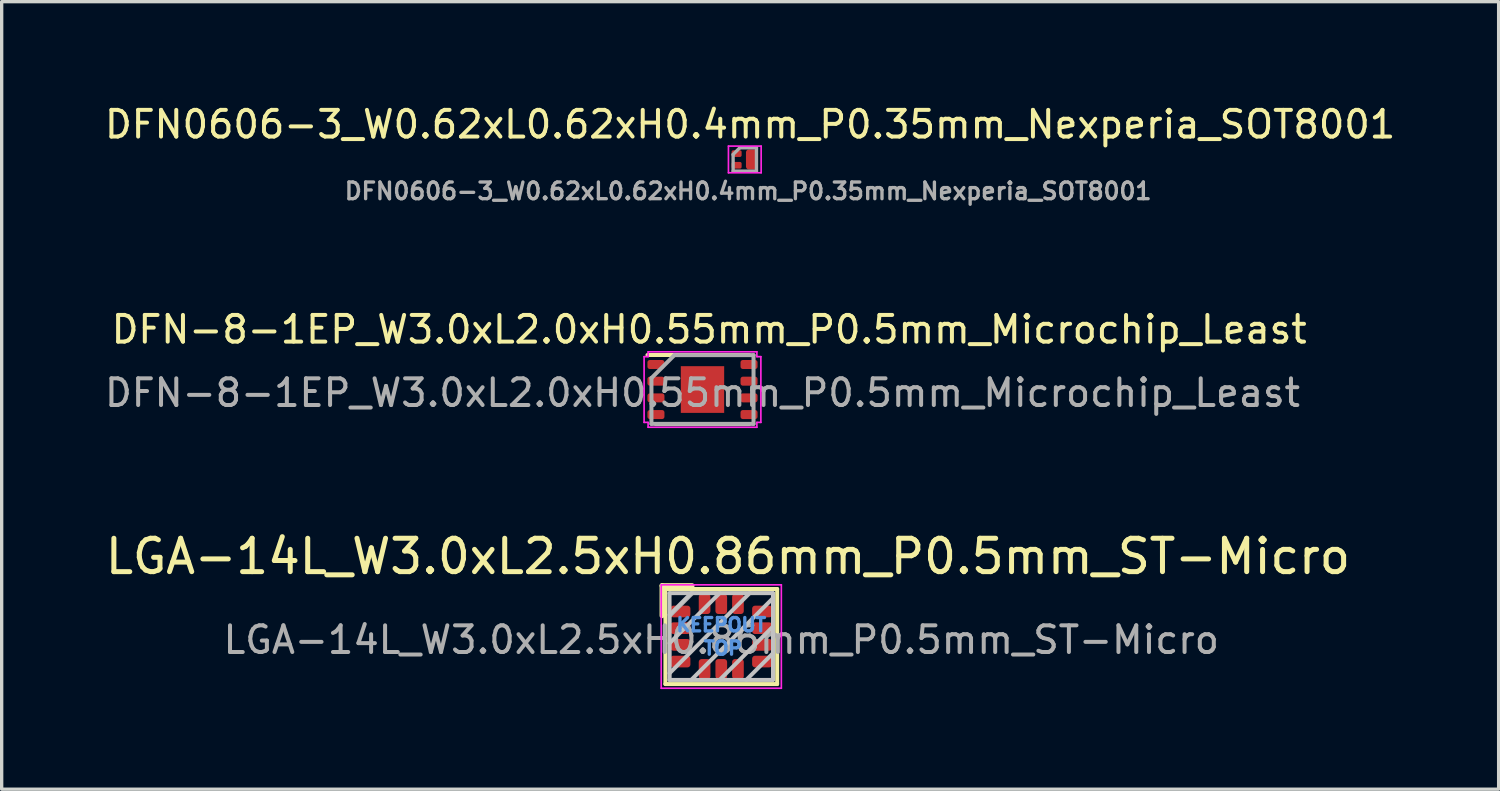
<source format=kicad_pcb>
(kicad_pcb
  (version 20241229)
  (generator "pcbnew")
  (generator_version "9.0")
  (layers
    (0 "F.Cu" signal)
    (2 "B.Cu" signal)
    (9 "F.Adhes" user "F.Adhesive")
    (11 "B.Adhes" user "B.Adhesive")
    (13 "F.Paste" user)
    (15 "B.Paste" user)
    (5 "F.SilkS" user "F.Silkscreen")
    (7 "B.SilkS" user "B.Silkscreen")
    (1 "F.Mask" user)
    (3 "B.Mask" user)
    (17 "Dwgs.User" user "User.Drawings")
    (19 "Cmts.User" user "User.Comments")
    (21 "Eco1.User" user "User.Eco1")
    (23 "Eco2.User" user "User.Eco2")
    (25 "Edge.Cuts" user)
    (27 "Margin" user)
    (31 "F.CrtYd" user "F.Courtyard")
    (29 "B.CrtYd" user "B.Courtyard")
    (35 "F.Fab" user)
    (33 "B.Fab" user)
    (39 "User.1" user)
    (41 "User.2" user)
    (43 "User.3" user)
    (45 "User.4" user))
  (footprint "DFN0606-3_W0.62xL0.62xH0.4mm_P0.35mm_Nexperia_SOT8001"
    (layer "F.Cu")
    (at 19.273 1.729)
    (property "Reference" "DFN0606-3_W0.62xL0.62xH0.4mm_P0.35mm_Nexperia_SOT8001" (at 0.16 -1.05 0) (unlocked yes) (layer "F.SilkS") (effects (font (size 0.8 0.8) (thickness 0.12))))
    (attr smd)
    (fp_poly (pts (xy 0.44 0.35) (xy -0.44 0.35) (xy -0.44 -0.35) (xy 0.44 -0.35)) (stroke (width 0.01) (type solid)) (fill yes) (layer "F.Mask"))
    (fp_line (start -0.49 -0.4) (end -0.49 0.4) (stroke (width 0.05) (type solid)) (layer "F.CrtYd"))
    (fp_line (start -0.49 0.4) (end 0.49 0.4) (stroke (width 0.05) (type solid)) (layer "F.CrtYd"))
    (fp_line (start 0.49 -0.4) (end -0.49 -0.4) (stroke (width 0.05) (type solid)) (layer "F.CrtYd"))
    (fp_line (start 0.49 0.4) (end 0.49 -0.4) (stroke (width 0.05) (type solid)) (layer "F.CrtYd"))
    (fp_line (start -0.35 -0.15) (end -0.35 0.35) (stroke (width 0.1) (type solid)) (layer "F.Fab"))
    (fp_line (start -0.35 0.35) (end 0.35 0.35) (stroke (width 0.1) (type solid)) (layer "F.Fab"))
    (fp_line (start -0.15 -0.35) (end -0.35 -0.15) (stroke (width 0.1) (type solid)) (layer "F.Fab"))
    (fp_line (start 0.35 -0.35) (end -0.15 -0.35) (stroke (width 0.1) (type solid)) (layer "F.Fab"))
    (fp_line (start 0.35 0.35) (end 0.35 -0.35) (stroke (width 0.1) (type solid)) (layer "F.Fab"))
    (fp_text user "${REFERENCE}" (at 0.1 0.95 0) (unlocked yes) (layer "F.Fab") (effects (font (size 0.5 0.5) (thickness 0.1))))
    (pad "1" smd roundrect (at -0.245 -0.175) (size 0.3 0.2) (layers "F.Cu" "F.Mask" "F.Paste") (roundrect_rratio 0.25))
    (pad "2" smd roundrect (at -0.245 0.175) (size 0.3 0.2) (layers "F.Cu" "F.Mask" "F.Paste") (roundrect_rratio 0.25))
    (pad "3" smd roundrect (at 0.21 0) (size 0.3 0.55) (layers "F.Cu" "F.Mask" "F.Paste") (roundrect_rratio 0.25))
    (pad "3" smd roundrect (at 0.21 0) (size 0.35 0.6) (layers "F.Cu" "F.Mask") (roundrect_rratio 0.25)))
  (footprint "LGA-14L_W3.0xL2.5xH0.86mm_P0.5mm_ST-Micro"
    (layer "F.Cu")
    (at 18.568 16.028)
    (property "Reference" "LGA-14L_W3.0xL2.5xH0.86mm_P0.5mm_ST-Micro" (at 0.2 -2.4 0) (unlocked yes) (layer "F.SilkS") (effects (font (size 1 1) (thickness 0.15))))
    (attr smd)
    (fp_poly (pts (xy -1.6 -0.9) (xy -1.6 -0.6) (xy -1.4 -0.6) (xy -1.4 -0.9)) (stroke (width 0.1) (type solid)) (fill yes) (layer "F.Mask"))
    (fp_poly (pts (xy -1.6 -0.4) (xy -1.6 -0.1) (xy -1.4 -0.1) (xy -1.4 -0.4)) (stroke (width 0.1) (type solid)) (fill yes) (layer "F.Mask"))
    (fp_poly (pts (xy -1.6 0.1) (xy -1.6 0.4) (xy -1.4 0.4) (xy -1.4 0.1)) (stroke (width 0.1) (type solid)) (fill yes) (layer "F.Mask"))
    (fp_poly (pts (xy -1.6 0.6) (xy -1.6 0.9) (xy -1.4 0.9) (xy -1.4 0.6)) (stroke (width 0.1) (type solid)) (fill yes) (layer "F.Mask"))
    (fp_poly (pts (xy -0.65 1.35) (xy -0.35 1.35) (xy -0.35 1.15) (xy -0.65 1.15)) (stroke (width 0.1) (type solid)) (fill yes) (layer "F.Mask"))
    (fp_poly (pts (xy -0.35 -1.35) (xy -0.65 -1.35) (xy -0.65 -1.15) (xy -0.35 -1.15)) (stroke (width 0.1) (type solid)) (fill yes) (layer "F.Mask"))
    (fp_poly (pts (xy -0.15 1.35) (xy 0.15 1.35) (xy 0.15 1.15) (xy -0.15 1.15)) (stroke (width 0.1) (type solid)) (fill yes) (layer "F.Mask"))
    (fp_poly (pts (xy 0.15 -1.35) (xy -0.15 -1.35) (xy -0.15 -1.15) (xy 0.15 -1.15)) (stroke (width 0.1) (type solid)) (fill yes) (layer "F.Mask"))
    (fp_poly (pts (xy 0.35 1.35) (xy 0.65 1.35) (xy 0.65 1.15) (xy 0.35 1.15)) (stroke (width 0.1) (type solid)) (fill yes) (layer "F.Mask"))
    (fp_poly (pts (xy 0.65 -1.35) (xy 0.35 -1.35) (xy 0.35 -1.15) (xy 0.65 -1.15)) (stroke (width 0.1) (type solid)) (fill yes) (layer "F.Mask"))
    (fp_poly (pts (xy 1.6 -0.6) (xy 1.6 -0.9) (xy 1.4 -0.9) (xy 1.4 -0.6)) (stroke (width 0.1) (type solid)) (fill yes) (layer "F.Mask"))
    (fp_poly (pts (xy 1.6 -0.1) (xy 1.6 -0.4) (xy 1.4 -0.4) (xy 1.4 -0.1)) (stroke (width 0.1) (type solid)) (fill yes) (layer "F.Mask"))
    (fp_poly (pts (xy 1.6 0.4) (xy 1.6 0.1) (xy 1.4 0.1) (xy 1.4 0.4)) (stroke (width 0.1) (type solid)) (fill yes) (layer "F.Mask"))
    (fp_poly (pts (xy 1.6 0.9) (xy 1.6 0.6) (xy 1.4 0.6) (xy 1.4 0.9)) (stroke (width 0.1) (type solid)) (fill yes) (layer "F.Mask"))
    (fp_line (start -1.775 -1.525) (end -1.775 -0.625) (stroke (width 0.15) (type solid)) (layer "F.SilkS"))
    (fp_line (start -1.675 -1.425) (end 1.675 -1.425) (stroke (width 0.12) (type solid)) (layer "F.SilkS"))
    (fp_line (start -1.675 1.425) (end -1.675 -1.425) (stroke (width 0.12) (type solid)) (layer "F.SilkS"))
    (fp_line (start -0.875 -1.525) (end -1.775 -1.525) (stroke (width 0.15) (type solid)) (layer "F.SilkS"))
    (fp_line (start 1.675 -1.425) (end 1.675 1.425) (stroke (width 0.12) (type solid)) (layer "F.SilkS"))
    (fp_line (start 1.675 1.425) (end -1.675 1.425) (stroke (width 0.12) (type solid)) (layer "F.SilkS"))
    (fp_line (start -1.55 -1.3) (end 1.55 -1.3) (stroke (width 0.12) (type solid)) (layer "Dwgs.User"))
    (fp_line (start -1.55 1.3) (end -1.55 -1.3) (stroke (width 0.12) (type solid)) (layer "Dwgs.User"))
    (fp_line (start -0.9 -1.3) (end -1.55 -0.65) (stroke (width 0.12) (type solid)) (layer "Dwgs.User"))
    (fp_line (start -0.05 -1.3) (end -1.55 0.2) (stroke (width 0.12) (type solid)) (layer "Dwgs.User"))
    (fp_line (start 0.75 1.3) (end 1.55 0.5) (stroke (width 0.12) (type solid)) (layer "Dwgs.User"))
    (fp_line (start 0.85 -1.3) (end -1.55 1.1) (stroke (width 0.12) (type solid)) (layer "Dwgs.User"))
    (fp_line (start 1.55 -1.3) (end 1.55 1.3) (stroke (width 0.12) (type solid)) (layer "Dwgs.User"))
    (fp_line (start 1.55 -1.15) (end -0.9 1.3) (stroke (width 0.12) (type solid)) (layer "Dwgs.User"))
    (fp_line (start 1.55 -0.3) (end -0.05 1.3) (stroke (width 0.12) (type solid)) (layer "Dwgs.User"))
    (fp_line (start 1.55 1.3) (end -1.55 1.3) (stroke (width 0.12) (type solid)) (layer "Dwgs.User"))
    (fp_line (start -1.8 -1.55) (end -1.8 1.55) (stroke (width 0.05) (type solid)) (layer "F.CrtYd"))
    (fp_line (start -1.8 1.55) (end 1.8 1.55) (stroke (width 0.05) (type solid)) (layer "F.CrtYd"))
    (fp_line (start 1.8 -1.55) (end -1.8 -1.55) (stroke (width 0.05) (type solid)) (layer "F.CrtYd"))
    (fp_line (start 1.8 1.55) (end 1.8 -1.55) (stroke (width 0.05) (type solid)) (layer "F.CrtYd"))
    (fp_line (start -1.55 -0.6) (end -1.55 1.3) (stroke (width 0.1) (type solid)) (layer "F.Fab"))
    (fp_line (start -1.55 1.3) (end 1.55 1.3) (stroke (width 0.1) (type solid)) (layer "F.Fab"))
    (fp_line (start -0.85 -1.3) (end -1.55 -0.6) (stroke (width 0.1) (type solid)) (layer "F.Fab"))
    (fp_line (start 1.55 -1.3) (end -0.85 -1.3) (stroke (width 0.1) (type solid)) (layer "F.Fab"))
    (fp_line (start 1.55 1.3) (end 1.55 -1.3) (stroke (width 0.1) (type solid)) (layer "F.Fab"))
    (fp_text user "KEEPOUT" (at 0 -0.35 0) (layer "Cmts.User") (effects (font (size 0.4 0.4) (thickness 0.1))))
    (fp_text user "TOP" (at 0.05 0.35 0) (layer "Cmts.User") (effects (font (size 0.4 0.4) (thickness 0.1))))
    (fp_text user "${REFERENCE}" (at 0 0.1 0) (layer "F.Fab") (effects (font (size 0.8 0.8) (thickness 0.12))))
    (pad "1" smd roundrect (at -1.225 -0.75 180) (size 0.6 0.35) (layers "F.Cu" "F.Mask" "F.Paste") (roundrect_rratio 0.25))
    (pad "2" smd roundrect (at -1.225 -0.25 180) (size 0.6 0.35) (layers "F.Cu" "F.Mask" "F.Paste") (roundrect_rratio 0.25))
    (pad "3" smd roundrect (at -1.225 0.25 180) (size 0.6 0.35) (layers "F.Cu" "F.Mask" "F.Paste") (roundrect_rratio 0.25))
    (pad "4" smd roundrect (at -1.225 0.75 180) (size 0.6 0.35) (layers "F.Cu" "F.Mask" "F.Paste") (roundrect_rratio 0.25))
    (pad "5" smd roundrect (at -0.5 0.975 90) (size 0.6 0.35) (layers "F.Cu" "F.Mask" "F.Paste") (roundrect_rratio 0.25))
    (pad "6" smd roundrect (at 0 0.975 90) (size 0.6 0.35) (layers "F.Cu" "F.Mask" "F.Paste") (roundrect_rratio 0.25))
    (pad "7" smd roundrect (at 0.5 0.975 90) (size 0.6 0.35) (layers "F.Cu" "F.Mask" "F.Paste") (roundrect_rratio 0.25))
    (pad "8" smd roundrect (at 1.225 0.75 180) (size 0.6 0.35) (layers "F.Cu" "F.Mask" "F.Paste") (roundrect_rratio 0.25))
    (pad "9" smd roundrect (at 1.225 0.25 180) (size 0.6 0.35) (layers "F.Cu" "F.Mask" "F.Paste") (roundrect_rratio 0.25))
    (pad "10" smd roundrect (at 1.225 -0.25 180) (size 0.6 0.35) (layers "F.Cu" "F.Mask" "F.Paste") (roundrect_rratio 0.25))
    (pad "11" smd roundrect (at 1.225 -0.75 180) (size 0.6 0.35) (layers "F.Cu" "F.Mask" "F.Paste") (roundrect_rratio 0.25))
    (pad "12" smd roundrect (at 0.5 -0.975 90) (size 0.6 0.35) (layers "F.Cu" "F.Mask" "F.Paste") (roundrect_rratio 0.25))
    (pad "13" smd roundrect (at 0 -0.975 90) (size 0.6 0.35) (layers "F.Cu" "F.Mask" "F.Paste") (roundrect_rratio 0.25))
    (pad "14" smd roundrect (at -0.5 -0.975 90) (size 0.6 0.35) (layers "F.Cu" "F.Mask" "F.Paste") (roundrect_rratio 0.25)))
  (footprint "DFN-8-1EP_W3.0xL2.0xH0.55mm_P0.5mm_Microchip_Least"
    (layer "F.Cu")
    (at 18.005 8.625)
    (property "Reference" "DFN-8-1EP_W3.0xL2.0xH0.55mm_P0.5mm_Microchip_Least" (at 0.2 -1.8 0) (layer "F.SilkS") (effects (font (size 0.8 0.8) (thickness 0.12))))
    (attr smd)
    (fp_line (start -1.65 -1.035) (end 1.4 -1.035) (stroke (width 0.12) (type solid)) (layer "F.SilkS"))
    (fp_line (start -1.4 1.035) (end 1.4 1.035) (stroke (width 0.12) (type solid)) (layer "F.SilkS"))
    (fp_line (start -1.75 -0.985) (end -1.75 0.985) (stroke (width 0.05) (type solid)) (layer "F.CrtYd"))
    (fp_line (start -1.75 0.985) (end -1.63 0.985) (stroke (width 0.05) (type solid)) (layer "F.CrtYd"))
    (fp_line (start -1.63 -1.13) (end -1.63 -0.985) (stroke (width 0.05) (type solid)) (layer "F.CrtYd"))
    (fp_line (start -1.63 -0.985) (end -1.75 -0.985) (stroke (width 0.05) (type solid)) (layer "F.CrtYd"))
    (fp_line (start -1.63 0.985) (end -1.63 1.13) (stroke (width 0.05) (type solid)) (layer "F.CrtYd"))
    (fp_line (start -1.63 1.13) (end 1.63 1.13) (stroke (width 0.05) (type solid)) (layer "F.CrtYd"))
    (fp_line (start 1.63 -1.13) (end -1.63 -1.13) (stroke (width 0.05) (type solid)) (layer "F.CrtYd"))
    (fp_line (start 1.63 -0.985) (end 1.63 -1.13) (stroke (width 0.05) (type solid)) (layer "F.CrtYd"))
    (fp_line (start 1.63 0.985) (end 1.75 0.985) (stroke (width 0.05) (type solid)) (layer "F.CrtYd"))
    (fp_line (start 1.63 1.13) (end 1.63 0.985) (stroke (width 0.05) (type solid)) (layer "F.CrtYd"))
    (fp_line (start 1.75 -0.985) (end 1.63 -0.985) (stroke (width 0.05) (type solid)) (layer "F.CrtYd"))
    (fp_line (start 1.75 0.985) (end 1.75 -0.985) (stroke (width 0.05) (type solid)) (layer "F.CrtYd"))
    (fp_line (start -1.53 -0.343) (end -0.843 -1.03) (stroke (width 0.12) (type solid)) (layer "F.Fab"))
    (fp_line (start -1.53 1.03) (end -1.53 -0.343) (stroke (width 0.12) (type solid)) (layer "F.Fab"))
    (fp_line (start -0.843 -1.03) (end 1.53 -1.03) (stroke (width 0.12) (type solid)) (layer "F.Fab"))
    (fp_line (start 1.53 -1.03) (end 1.53 1.03) (stroke (width 0.12) (type solid)) (layer "F.Fab"))
    (fp_line (start 1.53 1.03) (end -1.53 1.03) (stroke (width 0.12) (type solid)) (layer "F.Fab"))
    (fp_text user "${REFERENCE}" (at 0 0.1 0) (layer "F.Fab") (effects (font (size 0.8 0.8) (thickness 0.12))))
    (pad "" smd roundrect (at 0 -0.35) (size 0.92 0.51) (layers "F.Paste") (roundrect_rratio 0.25))
    (pad "" smd roundrect (at 0 0.35) (size 0.92 0.51) (layers "F.Paste") (roundrect_rratio 0.25))
    (pad "1" smd roundrect (at -1.395 -0.75) (size 0.51 0.27) (layers "F.Cu" "F.Mask" "F.Paste") (roundrect_rratio 0.259))
    (pad "2" smd roundrect (at -1.395 -0.25) (size 0.51 0.27) (layers "F.Cu" "F.Mask" "F.Paste") (roundrect_rratio 0.259))
    (pad "3" smd roundrect (at -1.395 0.25) (size 0.51 0.27) (layers "F.Cu" "F.Mask" "F.Paste") (roundrect_rratio 0.259))
    (pad "4" smd roundrect (at -1.395 0.75) (size 0.51 0.27) (layers "F.Cu" "F.Mask" "F.Paste") (roundrect_rratio 0.259))
    (pad "5" smd roundrect (at 1.395 0.75) (size 0.51 0.27) (layers "F.Cu" "F.Mask" "F.Paste") (roundrect_rratio 0.259))
    (pad "6" smd roundrect (at 1.395 0.25) (size 0.51 0.27) (layers "F.Cu" "F.Mask" "F.Paste") (roundrect_rratio 0.259))
    (pad "7" smd roundrect (at 1.395 -0.25) (size 0.51 0.27) (layers "F.Cu" "F.Mask" "F.Paste") (roundrect_rratio 0.259))
    (pad "8" smd roundrect (at 1.395 -0.75) (size 0.51 0.27) (layers "F.Cu" "F.Mask" "F.Paste") (roundrect_rratio 0.259))
    (pad "9" smd rect (at 0 0) (size 1.3 1.4) (layers "F.Cu" "F.Mask")))
  (gr_rect
    (start -3 -3)
    (end 41.867 20.603)
    (stroke (width 0.1) (type default))
    (fill no)
    (layer "Edge.Cuts")))
</source>
